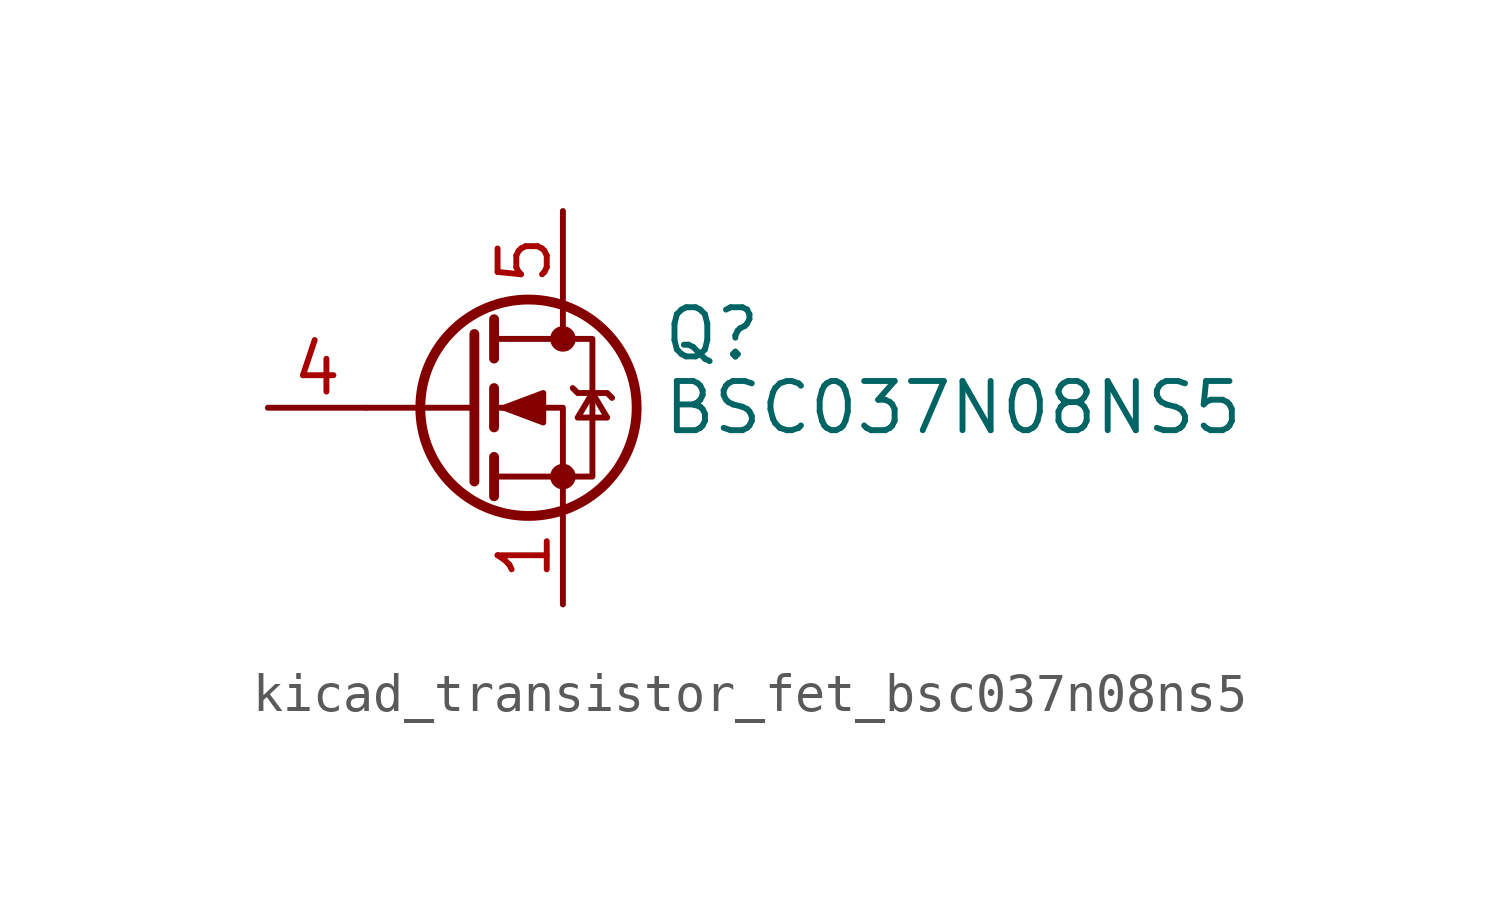
<source format=kicad_sym>
(kicad_symbol_lib
  (version 20220914)
  (generator kicad_symbol_editor)
  (symbol "kicad_transistor_fet_bsc037n08ns5"
    (pin_names hide)
    (property "Reference" "Q"
      (at 5.08 1.905 0)
      (effects (font (size 1.27 1.27)) (justify left)))
    (property "Value" "BSC037N08NS5"
      (at 5.08 0 0)
      (effects (font (size 1.27 1.27)) (justify left)))
    (symbol "kicad_transistor_fet_bsc037n08ns5_0_1"
      (polyline (pts (xy 0.254 0) (xy -2.54 0)) (stroke (width 0) (type default)) (fill (type none)))
      (polyline (pts (xy 0.254 1.905) (xy 0.254 -1.905)) (stroke (width 0.254) (type default)) (fill (type none)))
      (polyline (pts (xy 0.762 -1.27) (xy 0.762 -2.286)) (stroke (width 0.254) (type default)) (fill (type none)))
      (polyline (pts (xy 0.762 0.508) (xy 0.762 -0.508)) (stroke (width 0.254) (type default)) (fill (type none)))
      (polyline (pts (xy 0.762 2.286) (xy 0.762 1.27)) (stroke (width 0.254) (type default)) (fill (type none)))
      (polyline (pts (xy 2.54 2.54) (xy 2.54 1.778)) (stroke (width 0) (type default)) (fill (type none)))
      (polyline (pts (xy 2.54 -2.54) (xy 2.54 0) (xy 0.762 0)) (stroke (width 0) (type default)) (fill (type none)))
      (polyline (pts (xy 0.762 -1.778) (xy 3.302 -1.778) (xy 3.302 1.778) (xy 0.762 1.778)) (stroke (width 0) (type default)) (fill (type none)))
      (polyline (pts (xy 1.016 0) (xy 2.032 0.381) (xy 2.032 -0.381) (xy 1.016 0)) (stroke (width 0) (type default)) (fill (type outline)))
      (polyline (pts (xy 2.794 0.508) (xy 2.921 0.381) (xy 3.683 0.381) (xy 3.81 0.254)) (stroke (width 0) (type default)) (fill (type none)))
      (polyline (pts (xy 3.302 0.381) (xy 2.921 -0.254) (xy 3.683 -0.254) (xy 3.302 0.381)) (stroke (width 0) (type default)) (fill (type none)))
      (circle (center 1.651 0) (radius 2.794) (stroke (width 0.254) (type default)) (fill (type none)))
      (circle (center 2.54 -1.778) (radius 0.254) (stroke (width 0) (type default)) (fill (type outline)))
      (circle (center 2.54 1.778) (radius 0.254) (stroke (width 0) (type default)) (fill (type outline))))
    (symbol "kicad_transistor_fet_bsc037n08ns5_1_1"
      (pin passive line (at 2.54 -5.08 90) (length 2.54) (name "S" (effects (font (size 1.27 1.27)))) (number "1" (effects (font (size 1.27 1.27)))))
      (pin passive line (at 2.54 -5.08 90) (length 2.54) hide (name "S" (effects (font (size 1.27 1.27)))) (number "2" (effects (font (size 1.27 1.27)))))
      (pin passive line (at 2.54 -5.08 90) (length 2.54) hide (name "S" (effects (font (size 1.27 1.27)))) (number "3" (effects (font (size 1.27 1.27)))))
      (pin passive line (at -5.08 0 0) (length 2.54) (name "G" (effects (font (size 1.27 1.27)))) (number "4" (effects (font (size 1.27 1.27)))))
      (pin passive line (at 2.54 5.08 270) (length 2.54) (name "D" (effects (font (size 1.27 1.27)))) (number "5" (effects (font (size 1.27 1.27))))))))
</source>
